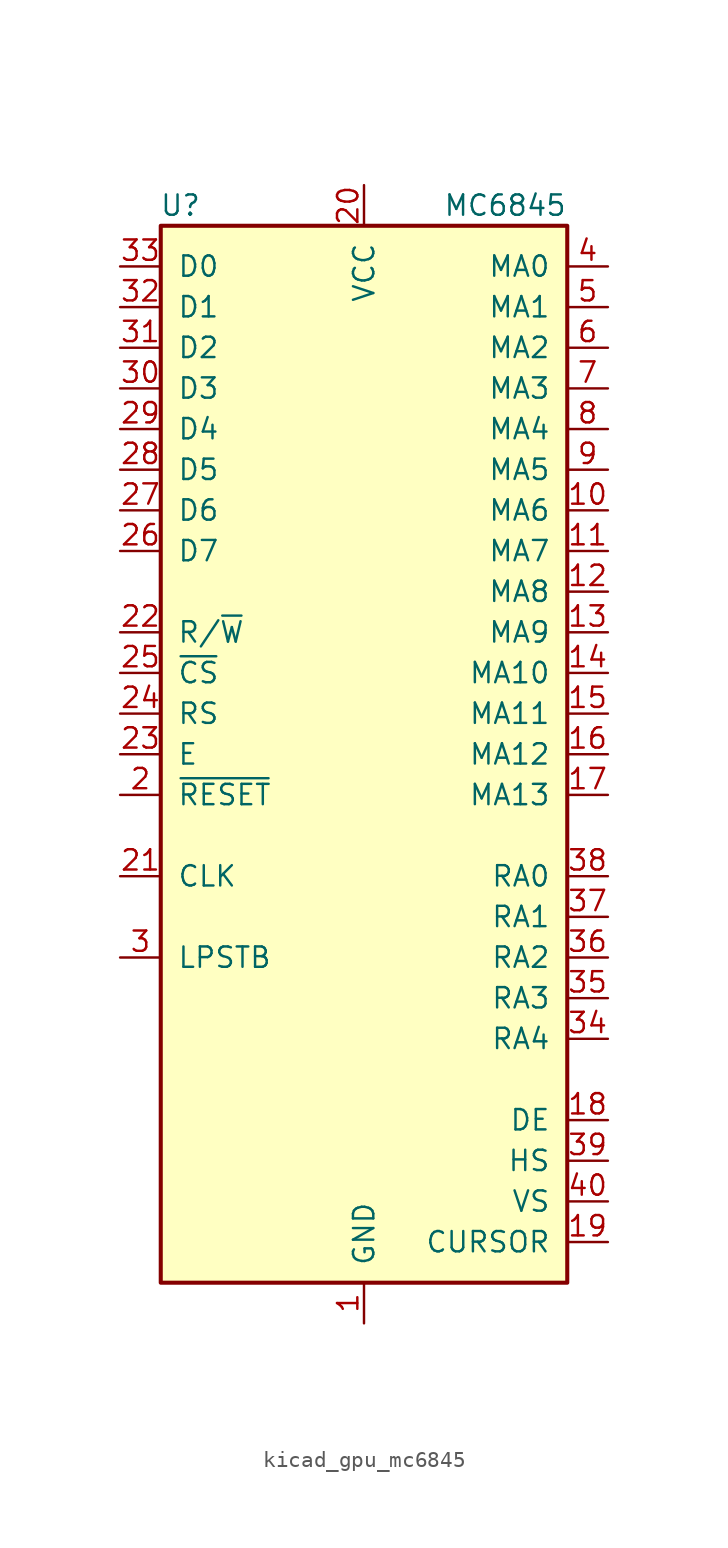
<source format=kicad_sym>
(kicad_symbol_lib
  (version 20220914)
  (generator kicad_symbol_editor)
  (symbol "kicad_gpu_mc6845"
    (pin_names
      (offset 1.016))
    (property "Reference" "U"
      (at -10.16 34.29 0)
      (effects (font (size 1.27 1.27)) (justify right)))
    (property "Value" "MC6845"
      (at 12.7 34.29 0)
      (effects (font (size 1.27 1.27)) (justify right)))
    (symbol "kicad_gpu_mc6845_0_1"
      (rectangle (start -12.7 -33.02) (end 12.7 33.02) (stroke (width 0.254) (type default)) (fill (type background))))
    (symbol "kicad_gpu_mc6845_1_1"
      (pin power_in line (at 0 -35.56 90) (length 2.54) (name "GND" (effects (font (size 1.27 1.27)))) (number "1" (effects (font (size 1.27 1.27)))))
      (pin output line (at 15.24 15.24 180) (length 2.54) (name "MA6" (effects (font (size 1.27 1.27)))) (number "10" (effects (font (size 1.27 1.27)))))
      (pin output line (at 15.24 12.7 180) (length 2.54) (name "MA7" (effects (font (size 1.27 1.27)))) (number "11" (effects (font (size 1.27 1.27)))))
      (pin output line (at 15.24 10.16 180) (length 2.54) (name "MA8" (effects (font (size 1.27 1.27)))) (number "12" (effects (font (size 1.27 1.27)))))
      (pin output line (at 15.24 7.62 180) (length 2.54) (name "MA9" (effects (font (size 1.27 1.27)))) (number "13" (effects (font (size 1.27 1.27)))))
      (pin output line (at 15.24 5.08 180) (length 2.54) (name "MA10" (effects (font (size 1.27 1.27)))) (number "14" (effects (font (size 1.27 1.27)))))
      (pin output line (at 15.24 2.54 180) (length 2.54) (name "MA11" (effects (font (size 1.27 1.27)))) (number "15" (effects (font (size 1.27 1.27)))))
      (pin output line (at 15.24 0 180) (length 2.54) (name "MA12" (effects (font (size 1.27 1.27)))) (number "16" (effects (font (size 1.27 1.27)))))
      (pin output line (at 15.24 -2.54 180) (length 2.54) (name "MA13" (effects (font (size 1.27 1.27)))) (number "17" (effects (font (size 1.27 1.27)))))
      (pin output line (at 15.24 -22.86 180) (length 2.54) (name "DE" (effects (font (size 1.27 1.27)))) (number "18" (effects (font (size 1.27 1.27)))))
      (pin output line (at 15.24 -30.48 180) (length 2.54) (name "CURSOR" (effects (font (size 1.27 1.27)))) (number "19" (effects (font (size 1.27 1.27)))))
      (pin input line (at -15.24 -2.54 0) (length 2.54) (name "~{RESET}" (effects (font (size 1.27 1.27)))) (number "2" (effects (font (size 1.27 1.27)))))
      (pin power_in line (at 0 35.56 270) (length 2.54) (name "VCC" (effects (font (size 1.27 1.27)))) (number "20" (effects (font (size 1.27 1.27)))))
      (pin input line (at -15.24 -7.62 0) (length 2.54) (name "CLK" (effects (font (size 1.27 1.27)))) (number "21" (effects (font (size 1.27 1.27)))))
      (pin input line (at -15.24 7.62 0) (length 2.54) (name "R/~{W}" (effects (font (size 1.27 1.27)))) (number "22" (effects (font (size 1.27 1.27)))))
      (pin input line (at -15.24 0 0) (length 2.54) (name "E" (effects (font (size 1.27 1.27)))) (number "23" (effects (font (size 1.27 1.27)))))
      (pin input line (at -15.24 2.54 0) (length 2.54) (name "RS" (effects (font (size 1.27 1.27)))) (number "24" (effects (font (size 1.27 1.27)))))
      (pin input line (at -15.24 5.08 0) (length 2.54) (name "~{CS}" (effects (font (size 1.27 1.27)))) (number "25" (effects (font (size 1.27 1.27)))))
      (pin bidirectional line (at -15.24 12.7 0) (length 2.54) (name "D7" (effects (font (size 1.27 1.27)))) (number "26" (effects (font (size 1.27 1.27)))))
      (pin bidirectional line (at -15.24 15.24 0) (length 2.54) (name "D6" (effects (font (size 1.27 1.27)))) (number "27" (effects (font (size 1.27 1.27)))))
      (pin bidirectional line (at -15.24 17.78 0) (length 2.54) (name "D5" (effects (font (size 1.27 1.27)))) (number "28" (effects (font (size 1.27 1.27)))))
      (pin bidirectional line (at -15.24 20.32 0) (length 2.54) (name "D4" (effects (font (size 1.27 1.27)))) (number "29" (effects (font (size 1.27 1.27)))))
      (pin input line (at -15.24 -12.7 0) (length 2.54) (name "LPSTB" (effects (font (size 1.27 1.27)))) (number "3" (effects (font (size 1.27 1.27)))))
      (pin bidirectional line (at -15.24 22.86 0) (length 2.54) (name "D3" (effects (font (size 1.27 1.27)))) (number "30" (effects (font (size 1.27 1.27)))))
      (pin bidirectional line (at -15.24 25.4 0) (length 2.54) (name "D2" (effects (font (size 1.27 1.27)))) (number "31" (effects (font (size 1.27 1.27)))))
      (pin bidirectional line (at -15.24 27.94 0) (length 2.54) (name "D1" (effects (font (size 1.27 1.27)))) (number "32" (effects (font (size 1.27 1.27)))))
      (pin bidirectional line (at -15.24 30.48 0) (length 2.54) (name "D0" (effects (font (size 1.27 1.27)))) (number "33" (effects (font (size 1.27 1.27)))))
      (pin output line (at 15.24 -17.78 180) (length 2.54) (name "RA4" (effects (font (size 1.27 1.27)))) (number "34" (effects (font (size 1.27 1.27)))))
      (pin output line (at 15.24 -15.24 180) (length 2.54) (name "RA3" (effects (font (size 1.27 1.27)))) (number "35" (effects (font (size 1.27 1.27)))))
      (pin output line (at 15.24 -12.7 180) (length 2.54) (name "RA2" (effects (font (size 1.27 1.27)))) (number "36" (effects (font (size 1.27 1.27)))))
      (pin output line (at 15.24 -10.16 180) (length 2.54) (name "RA1" (effects (font (size 1.27 1.27)))) (number "37" (effects (font (size 1.27 1.27)))))
      (pin output line (at 15.24 -7.62 180) (length 2.54) (name "RA0" (effects (font (size 1.27 1.27)))) (number "38" (effects (font (size 1.27 1.27)))))
      (pin output line (at 15.24 -25.4 180) (length 2.54) (name "HS" (effects (font (size 1.27 1.27)))) (number "39" (effects (font (size 1.27 1.27)))))
      (pin output line (at 15.24 30.48 180) (length 2.54) (name "MA0" (effects (font (size 1.27 1.27)))) (number "4" (effects (font (size 1.27 1.27)))))
      (pin output line (at 15.24 -27.94 180) (length 2.54) (name "VS" (effects (font (size 1.27 1.27)))) (number "40" (effects (font (size 1.27 1.27)))))
      (pin output line (at 15.24 27.94 180) (length 2.54) (name "MA1" (effects (font (size 1.27 1.27)))) (number "5" (effects (font (size 1.27 1.27)))))
      (pin output line (at 15.24 25.4 180) (length 2.54) (name "MA2" (effects (font (size 1.27 1.27)))) (number "6" (effects (font (size 1.27 1.27)))))
      (pin output line (at 15.24 22.86 180) (length 2.54) (name "MA3" (effects (font (size 1.27 1.27)))) (number "7" (effects (font (size 1.27 1.27)))))
      (pin output line (at 15.24 20.32 180) (length 2.54) (name "MA4" (effects (font (size 1.27 1.27)))) (number "8" (effects (font (size 1.27 1.27)))))
      (pin output line (at 15.24 17.78 180) (length 2.54) (name "MA5" (effects (font (size 1.27 1.27)))) (number "9" (effects (font (size 1.27 1.27))))))))
</source>
